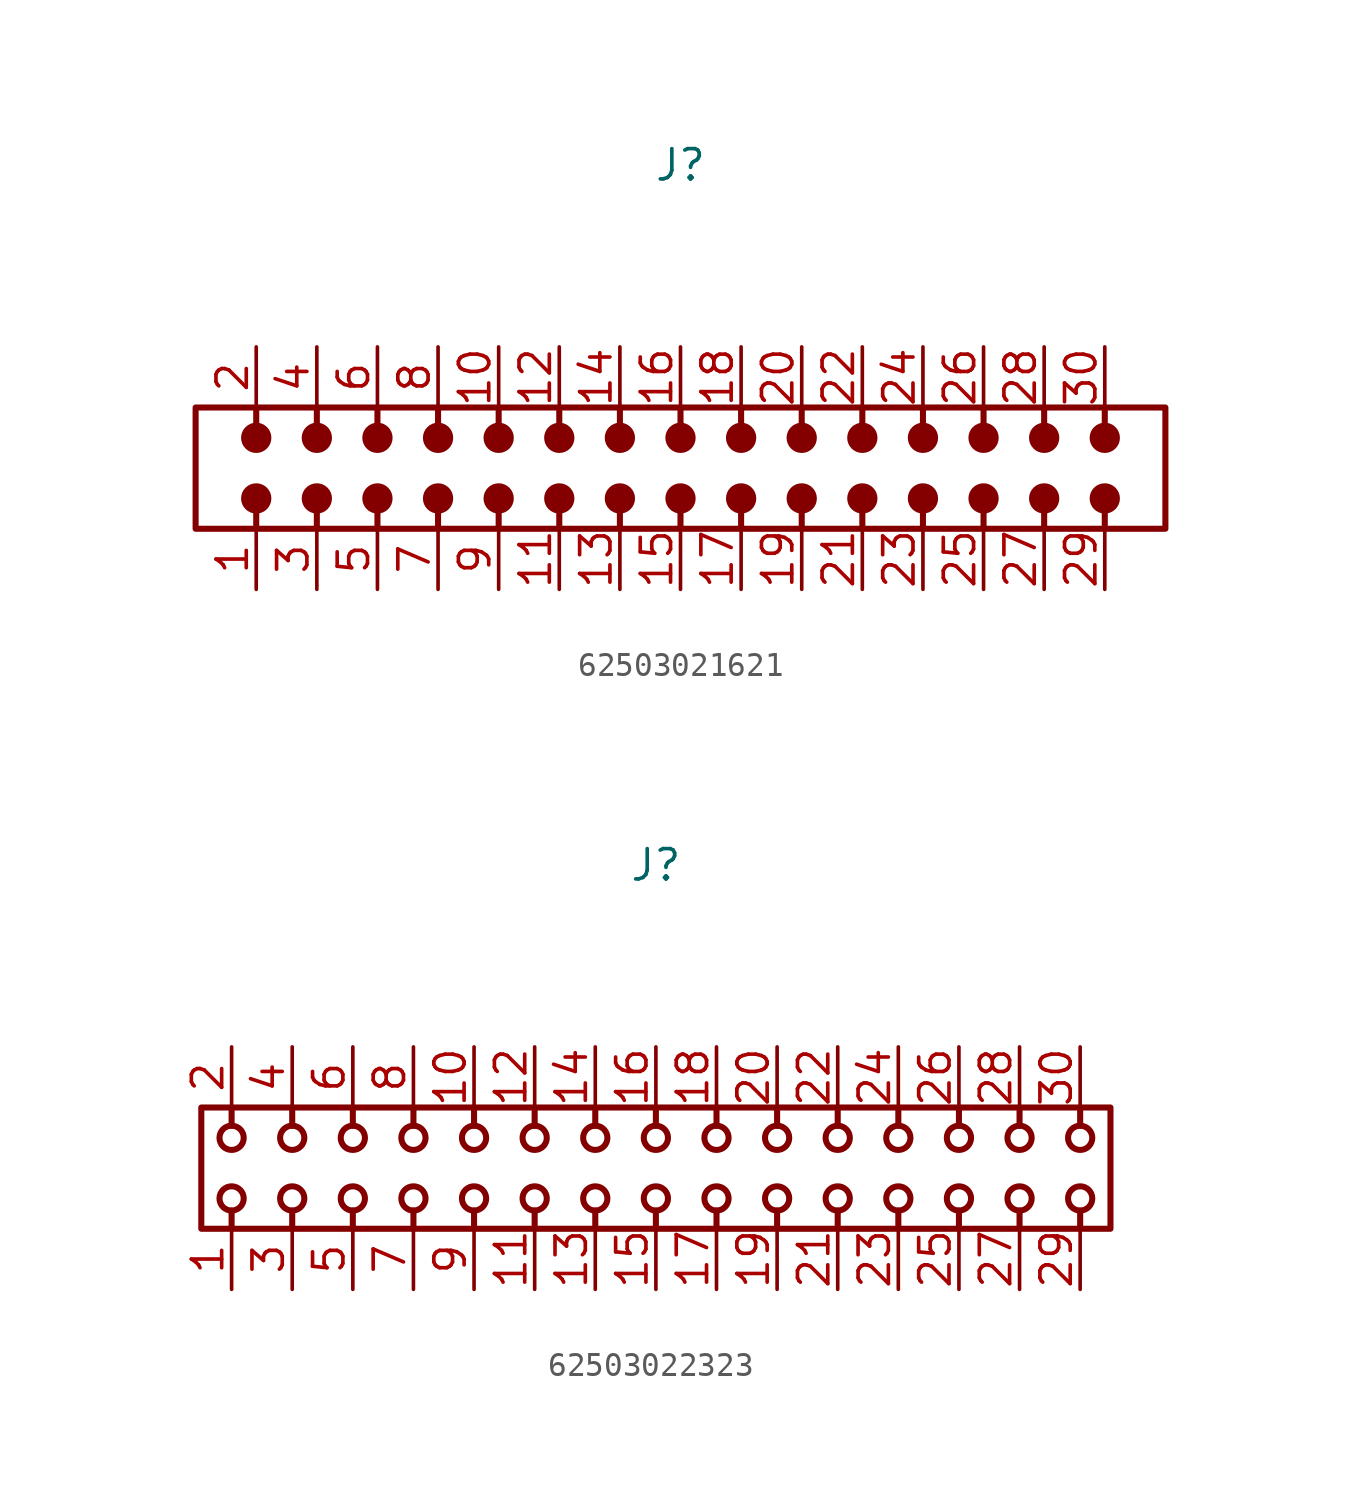
<source format=kicad_sym>
(kicad_symbol_lib
  (version 20241209)
  (generator "kicad_symbol_editor")
  (generator_version "9.0")
  (symbol "62503021621"
    (pin_names
      (hide yes))
    (property "Reference" "J"
      (at 0 12.7 0)
      (effects (font (size 1.27 1.27))))
    (symbol "62503021621_1_1"
      (rectangle (start -20.32 2.54) (end 20.32 -2.54) (stroke (width 0.254) (type solid)) (fill (type none)))
      (polyline (pts (xy -17.78 1.778) (xy -17.78 2.54)) (stroke (width 0.254) (type solid)) (fill (type none)))
      (circle (center -17.78 1.27) (radius 0.508) (stroke (width 0.254) (type solid)) (fill (type outline)))
      (circle (center -17.78 -1.27) (radius 0.508) (stroke (width 0.254) (type solid)) (fill (type outline)))
      (polyline (pts (xy -17.78 -1.778) (xy -17.78 -2.54)) (stroke (width 0.254) (type solid)) (fill (type none)))
      (polyline (pts (xy -15.24 1.778) (xy -15.24 2.54)) (stroke (width 0.254) (type solid)) (fill (type none)))
      (circle (center -15.24 1.27) (radius 0.508) (stroke (width 0.254) (type solid)) (fill (type outline)))
      (circle (center -15.24 -1.27) (radius 0.508) (stroke (width 0.254) (type solid)) (fill (type outline)))
      (polyline (pts (xy -15.24 -1.778) (xy -15.24 -2.54)) (stroke (width 0.254) (type solid)) (fill (type none)))
      (polyline (pts (xy -12.7 1.778) (xy -12.7 2.54)) (stroke (width 0.254) (type solid)) (fill (type none)))
      (circle (center -12.7 1.27) (radius 0.508) (stroke (width 0.254) (type solid)) (fill (type outline)))
      (circle (center -12.7 -1.27) (radius 0.508) (stroke (width 0.254) (type solid)) (fill (type outline)))
      (polyline (pts (xy -12.7 -1.778) (xy -12.7 -2.54)) (stroke (width 0.254) (type solid)) (fill (type none)))
      (polyline (pts (xy -10.16 1.778) (xy -10.16 2.54)) (stroke (width 0.254) (type solid)) (fill (type none)))
      (circle (center -10.16 1.27) (radius 0.508) (stroke (width 0.254) (type solid)) (fill (type outline)))
      (circle (center -10.16 -1.27) (radius 0.508) (stroke (width 0.254) (type solid)) (fill (type outline)))
      (polyline (pts (xy -10.16 -1.778) (xy -10.16 -2.54)) (stroke (width 0.254) (type solid)) (fill (type none)))
      (polyline (pts (xy -7.62 1.778) (xy -7.62 2.54)) (stroke (width 0.254) (type solid)) (fill (type none)))
      (circle (center -7.62 1.27) (radius 0.508) (stroke (width 0.254) (type solid)) (fill (type outline)))
      (circle (center -7.62 -1.27) (radius 0.508) (stroke (width 0.254) (type solid)) (fill (type outline)))
      (polyline (pts (xy -7.62 -1.778) (xy -7.62 -2.54)) (stroke (width 0.254) (type solid)) (fill (type none)))
      (polyline (pts (xy -5.08 1.778) (xy -5.08 2.54)) (stroke (width 0.254) (type solid)) (fill (type none)))
      (circle (center -5.08 1.27) (radius 0.508) (stroke (width 0.254) (type solid)) (fill (type outline)))
      (circle (center -5.08 -1.27) (radius 0.508) (stroke (width 0.254) (type solid)) (fill (type outline)))
      (polyline (pts (xy -5.08 -1.778) (xy -5.08 -2.54)) (stroke (width 0.254) (type solid)) (fill (type none)))
      (polyline (pts (xy -2.54 1.778) (xy -2.54 2.54)) (stroke (width 0.254) (type solid)) (fill (type none)))
      (circle (center -2.54 1.27) (radius 0.508) (stroke (width 0.254) (type solid)) (fill (type outline)))
      (circle (center -2.54 -1.27) (radius 0.508) (stroke (width 0.254) (type solid)) (fill (type outline)))
      (polyline (pts (xy -2.54 -1.778) (xy -2.54 -2.54)) (stroke (width 0.254) (type solid)) (fill (type none)))
      (polyline (pts (xy 0 1.778) (xy 0 2.54)) (stroke (width 0.254) (type solid)) (fill (type none)))
      (circle (center 0 1.27) (radius 0.508) (stroke (width 0.254) (type solid)) (fill (type outline)))
      (circle (center 0 -1.27) (radius 0.508) (stroke (width 0.254) (type solid)) (fill (type outline)))
      (polyline (pts (xy 0 -1.778) (xy 0 -2.54)) (stroke (width 0.254) (type solid)) (fill (type none)))
      (polyline (pts (xy 2.54 1.778) (xy 2.54 2.54)) (stroke (width 0.254) (type solid)) (fill (type none)))
      (circle (center 2.54 1.27) (radius 0.508) (stroke (width 0.254) (type solid)) (fill (type outline)))
      (circle (center 2.54 -1.27) (radius 0.508) (stroke (width 0.254) (type solid)) (fill (type outline)))
      (polyline (pts (xy 2.54 -1.778) (xy 2.54 -2.54)) (stroke (width 0.254) (type solid)) (fill (type none)))
      (polyline (pts (xy 5.08 1.778) (xy 5.08 2.54)) (stroke (width 0.254) (type solid)) (fill (type none)))
      (circle (center 5.08 1.27) (radius 0.508) (stroke (width 0.254) (type solid)) (fill (type outline)))
      (circle (center 5.08 -1.27) (radius 0.508) (stroke (width 0.254) (type solid)) (fill (type outline)))
      (polyline (pts (xy 5.08 -1.778) (xy 5.08 -2.54)) (stroke (width 0.254) (type solid)) (fill (type none)))
      (polyline (pts (xy 7.62 1.778) (xy 7.62 2.54)) (stroke (width 0.254) (type solid)) (fill (type none)))
      (circle (center 7.62 1.27) (radius 0.508) (stroke (width 0.254) (type solid)) (fill (type outline)))
      (circle (center 7.62 -1.27) (radius 0.508) (stroke (width 0.254) (type solid)) (fill (type outline)))
      (polyline (pts (xy 7.62 -1.778) (xy 7.62 -2.54)) (stroke (width 0.254) (type solid)) (fill (type none)))
      (polyline (pts (xy 10.16 1.778) (xy 10.16 2.54)) (stroke (width 0.254) (type solid)) (fill (type none)))
      (circle (center 10.16 1.27) (radius 0.508) (stroke (width 0.254) (type solid)) (fill (type outline)))
      (circle (center 10.16 -1.27) (radius 0.508) (stroke (width 0.254) (type solid)) (fill (type outline)))
      (polyline (pts (xy 10.16 -1.778) (xy 10.16 -2.54)) (stroke (width 0.254) (type solid)) (fill (type none)))
      (polyline (pts (xy 12.7 1.778) (xy 12.7 2.54)) (stroke (width 0.254) (type solid)) (fill (type none)))
      (circle (center 12.7 1.27) (radius 0.508) (stroke (width 0.254) (type solid)) (fill (type outline)))
      (circle (center 12.7 -1.27) (radius 0.508) (stroke (width 0.254) (type solid)) (fill (type outline)))
      (polyline (pts (xy 12.7 -1.778) (xy 12.7 -2.54)) (stroke (width 0.254) (type solid)) (fill (type none)))
      (polyline (pts (xy 15.24 1.778) (xy 15.24 2.54)) (stroke (width 0.254) (type solid)) (fill (type none)))
      (circle (center 15.24 1.27) (radius 0.508) (stroke (width 0.254) (type solid)) (fill (type outline)))
      (circle (center 15.24 -1.27) (radius 0.508) (stroke (width 0.254) (type solid)) (fill (type outline)))
      (polyline (pts (xy 15.24 -1.778) (xy 15.24 -2.54)) (stroke (width 0.254) (type solid)) (fill (type none)))
      (polyline (pts (xy 17.78 1.778) (xy 17.78 2.54)) (stroke (width 0.254) (type solid)) (fill (type none)))
      (circle (center 17.78 1.27) (radius 0.508) (stroke (width 0.254) (type solid)) (fill (type outline)))
      (circle (center 17.78 -1.27) (radius 0.508) (stroke (width 0.254) (type solid)) (fill (type outline)))
      (polyline (pts (xy 17.78 -1.778) (xy 17.78 -2.54)) (stroke (width 0.254) (type solid)) (fill (type none)))
      (pin passive line (at -17.78 5.08 270) (length 2.54) (name "2" (effects (font (size 1.27 1.27)))) (number "2" (effects (font (size 1.27 1.27)))))
      (pin passive line (at -17.78 -5.08 90) (length 2.54) (name "1" (effects (font (size 1.27 1.27)))) (number "1" (effects (font (size 1.27 1.27)))))
      (pin passive line (at -15.24 5.08 270) (length 2.54) (name "4" (effects (font (size 1.27 1.27)))) (number "4" (effects (font (size 1.27 1.27)))))
      (pin passive line (at -15.24 -5.08 90) (length 2.54) (name "3" (effects (font (size 1.27 1.27)))) (number "3" (effects (font (size 1.27 1.27)))))
      (pin passive line (at -12.7 5.08 270) (length 2.54) (name "6" (effects (font (size 1.27 1.27)))) (number "6" (effects (font (size 1.27 1.27)))))
      (pin passive line (at -12.7 -5.08 90) (length 2.54) (name "5" (effects (font (size 1.27 1.27)))) (number "5" (effects (font (size 1.27 1.27)))))
      (pin passive line (at -10.16 5.08 270) (length 2.54) (name "8" (effects (font (size 1.27 1.27)))) (number "8" (effects (font (size 1.27 1.27)))))
      (pin passive line (at -10.16 -5.08 90) (length 2.54) (name "7" (effects (font (size 1.27 1.27)))) (number "7" (effects (font (size 1.27 1.27)))))
      (pin passive line (at -7.62 5.08 270) (length 2.54) (name "10" (effects (font (size 1.27 1.27)))) (number "10" (effects (font (size 1.27 1.27)))))
      (pin passive line (at -7.62 -5.08 90) (length 2.54) (name "9" (effects (font (size 1.27 1.27)))) (number "9" (effects (font (size 1.27 1.27)))))
      (pin passive line (at -5.08 5.08 270) (length 2.54) (name "12" (effects (font (size 1.27 1.27)))) (number "12" (effects (font (size 1.27 1.27)))))
      (pin passive line (at -5.08 -5.08 90) (length 2.54) (name "11" (effects (font (size 1.27 1.27)))) (number "11" (effects (font (size 1.27 1.27)))))
      (pin passive line (at -2.54 5.08 270) (length 2.54) (name "14" (effects (font (size 1.27 1.27)))) (number "14" (effects (font (size 1.27 1.27)))))
      (pin passive line (at -2.54 -5.08 90) (length 2.54) (name "13" (effects (font (size 1.27 1.27)))) (number "13" (effects (font (size 1.27 1.27)))))
      (pin passive line (at 0 5.08 270) (length 2.54) (name "16" (effects (font (size 1.27 1.27)))) (number "16" (effects (font (size 1.27 1.27)))))
      (pin passive line (at 0 -5.08 90) (length 2.54) (name "15" (effects (font (size 1.27 1.27)))) (number "15" (effects (font (size 1.27 1.27)))))
      (pin passive line (at 2.54 5.08 270) (length 2.54) (name "18" (effects (font (size 1.27 1.27)))) (number "18" (effects (font (size 1.27 1.27)))))
      (pin passive line (at 2.54 -5.08 90) (length 2.54) (name "17" (effects (font (size 1.27 1.27)))) (number "17" (effects (font (size 1.27 1.27)))))
      (pin passive line (at 5.08 5.08 270) (length 2.54) (name "20" (effects (font (size 1.27 1.27)))) (number "20" (effects (font (size 1.27 1.27)))))
      (pin passive line (at 5.08 -5.08 90) (length 2.54) (name "19" (effects (font (size 1.27 1.27)))) (number "19" (effects (font (size 1.27 1.27)))))
      (pin passive line (at 7.62 5.08 270) (length 2.54) (name "22" (effects (font (size 1.27 1.27)))) (number "22" (effects (font (size 1.27 1.27)))))
      (pin passive line (at 7.62 -5.08 90) (length 2.54) (name "21" (effects (font (size 1.27 1.27)))) (number "21" (effects (font (size 1.27 1.27)))))
      (pin passive line (at 10.16 5.08 270) (length 2.54) (name "24" (effects (font (size 1.27 1.27)))) (number "24" (effects (font (size 1.27 1.27)))))
      (pin passive line (at 10.16 -5.08 90) (length 2.54) (name "23" (effects (font (size 1.27 1.27)))) (number "23" (effects (font (size 1.27 1.27)))))
      (pin passive line (at 12.7 5.08 270) (length 2.54) (name "26" (effects (font (size 1.27 1.27)))) (number "26" (effects (font (size 1.27 1.27)))))
      (pin passive line (at 12.7 -5.08 90) (length 2.54) (name "25" (effects (font (size 1.27 1.27)))) (number "25" (effects (font (size 1.27 1.27)))))
      (pin passive line (at 15.24 5.08 270) (length 2.54) (name "28" (effects (font (size 1.27 1.27)))) (number "28" (effects (font (size 1.27 1.27)))))
      (pin passive line (at 15.24 -5.08 90) (length 2.54) (name "27" (effects (font (size 1.27 1.27)))) (number "27" (effects (font (size 1.27 1.27)))))
      (pin passive line (at 17.78 5.08 270) (length 2.54) (name "30" (effects (font (size 1.27 1.27)))) (number "30" (effects (font (size 1.27 1.27)))))
      (pin passive line (at 17.78 -5.08 90) (length 2.54) (name "29" (effects (font (size 1.27 1.27)))) (number "29" (effects (font (size 1.27 1.27)))))))
  (symbol "62503022323"
    (pin_names
      (hide yes))
    (property "Reference" "J"
      (at 0 12.7 0)
      (effects (font (size 1.27 1.27))))
    (symbol "62503022323_1_1"
      (rectangle (start -19.05 2.54) (end 19.05 -2.54) (stroke (width 0.254) (type solid)) (fill (type none)))
      (polyline (pts (xy -17.78 1.778) (xy -17.78 2.54)) (stroke (width 0.254) (type solid)) (fill (type none)))
      (circle (center -17.78 1.27) (radius 0.508) (stroke (width 0.254) (type solid)) (fill (type none)))
      (circle (center -17.78 -1.27) (radius 0.508) (stroke (width 0.254) (type solid)) (fill (type none)))
      (polyline (pts (xy -17.78 -1.778) (xy -17.78 -2.54)) (stroke (width 0.254) (type solid)) (fill (type none)))
      (polyline (pts (xy -15.24 1.778) (xy -15.24 2.54)) (stroke (width 0.254) (type solid)) (fill (type none)))
      (circle (center -15.24 1.27) (radius 0.508) (stroke (width 0.254) (type solid)) (fill (type none)))
      (circle (center -15.24 -1.27) (radius 0.508) (stroke (width 0.254) (type solid)) (fill (type none)))
      (polyline (pts (xy -15.24 -1.778) (xy -15.24 -2.54)) (stroke (width 0.254) (type solid)) (fill (type none)))
      (polyline (pts (xy -12.7 1.778) (xy -12.7 2.54)) (stroke (width 0.254) (type solid)) (fill (type none)))
      (circle (center -12.7 1.27) (radius 0.508) (stroke (width 0.254) (type solid)) (fill (type none)))
      (circle (center -12.7 -1.27) (radius 0.508) (stroke (width 0.254) (type solid)) (fill (type none)))
      (polyline (pts (xy -12.7 -1.778) (xy -12.7 -2.54)) (stroke (width 0.254) (type solid)) (fill (type none)))
      (polyline (pts (xy -10.16 1.778) (xy -10.16 2.54)) (stroke (width 0.254) (type solid)) (fill (type none)))
      (circle (center -10.16 1.27) (radius 0.508) (stroke (width 0.254) (type solid)) (fill (type none)))
      (circle (center -10.16 -1.27) (radius 0.508) (stroke (width 0.254) (type solid)) (fill (type none)))
      (polyline (pts (xy -10.16 -1.778) (xy -10.16 -2.54)) (stroke (width 0.254) (type solid)) (fill (type none)))
      (polyline (pts (xy -7.62 1.778) (xy -7.62 2.54)) (stroke (width 0.254) (type solid)) (fill (type none)))
      (circle (center -7.62 1.27) (radius 0.508) (stroke (width 0.254) (type solid)) (fill (type none)))
      (circle (center -7.62 -1.27) (radius 0.508) (stroke (width 0.254) (type solid)) (fill (type none)))
      (polyline (pts (xy -7.62 -1.778) (xy -7.62 -2.54)) (stroke (width 0.254) (type solid)) (fill (type none)))
      (polyline (pts (xy -5.08 1.778) (xy -5.08 2.54)) (stroke (width 0.254) (type solid)) (fill (type none)))
      (circle (center -5.08 1.27) (radius 0.508) (stroke (width 0.254) (type solid)) (fill (type none)))
      (circle (center -5.08 -1.27) (radius 0.508) (stroke (width 0.254) (type solid)) (fill (type none)))
      (polyline (pts (xy -5.08 -1.778) (xy -5.08 -2.54)) (stroke (width 0.254) (type solid)) (fill (type none)))
      (polyline (pts (xy -2.54 1.778) (xy -2.54 2.54)) (stroke (width 0.254) (type solid)) (fill (type none)))
      (circle (center -2.54 1.27) (radius 0.508) (stroke (width 0.254) (type solid)) (fill (type none)))
      (circle (center -2.54 -1.27) (radius 0.508) (stroke (width 0.254) (type solid)) (fill (type none)))
      (polyline (pts (xy -2.54 -1.778) (xy -2.54 -2.54)) (stroke (width 0.254) (type solid)) (fill (type none)))
      (polyline (pts (xy 0 1.778) (xy 0 2.54)) (stroke (width 0.254) (type solid)) (fill (type none)))
      (circle (center 0 1.27) (radius 0.508) (stroke (width 0.254) (type solid)) (fill (type none)))
      (circle (center 0 -1.27) (radius 0.508) (stroke (width 0.254) (type solid)) (fill (type none)))
      (polyline (pts (xy 0 -1.778) (xy 0 -2.54)) (stroke (width 0.254) (type solid)) (fill (type none)))
      (polyline (pts (xy 2.54 1.778) (xy 2.54 2.54)) (stroke (width 0.254) (type solid)) (fill (type none)))
      (circle (center 2.54 1.27) (radius 0.508) (stroke (width 0.254) (type solid)) (fill (type none)))
      (circle (center 2.54 -1.27) (radius 0.508) (stroke (width 0.254) (type solid)) (fill (type none)))
      (polyline (pts (xy 2.54 -1.778) (xy 2.54 -2.54)) (stroke (width 0.254) (type solid)) (fill (type none)))
      (polyline (pts (xy 5.08 1.778) (xy 5.08 2.54)) (stroke (width 0.254) (type solid)) (fill (type none)))
      (circle (center 5.08 1.27) (radius 0.508) (stroke (width 0.254) (type solid)) (fill (type none)))
      (circle (center 5.08 -1.27) (radius 0.508) (stroke (width 0.254) (type solid)) (fill (type none)))
      (polyline (pts (xy 5.08 -1.778) (xy 5.08 -2.54)) (stroke (width 0.254) (type solid)) (fill (type none)))
      (polyline (pts (xy 7.62 1.778) (xy 7.62 2.54)) (stroke (width 0.254) (type solid)) (fill (type none)))
      (circle (center 7.62 1.27) (radius 0.508) (stroke (width 0.254) (type solid)) (fill (type none)))
      (circle (center 7.62 -1.27) (radius 0.508) (stroke (width 0.254) (type solid)) (fill (type none)))
      (polyline (pts (xy 7.62 -1.778) (xy 7.62 -2.54)) (stroke (width 0.254) (type solid)) (fill (type none)))
      (polyline (pts (xy 10.16 1.778) (xy 10.16 2.54)) (stroke (width 0.254) (type solid)) (fill (type none)))
      (circle (center 10.16 1.27) (radius 0.508) (stroke (width 0.254) (type solid)) (fill (type none)))
      (circle (center 10.16 -1.27) (radius 0.508) (stroke (width 0.254) (type solid)) (fill (type none)))
      (polyline (pts (xy 10.16 -1.778) (xy 10.16 -2.54)) (stroke (width 0.254) (type solid)) (fill (type none)))
      (polyline (pts (xy 12.7 1.778) (xy 12.7 2.54)) (stroke (width 0.254) (type solid)) (fill (type none)))
      (circle (center 12.7 1.27) (radius 0.508) (stroke (width 0.254) (type solid)) (fill (type none)))
      (circle (center 12.7 -1.27) (radius 0.508) (stroke (width 0.254) (type solid)) (fill (type none)))
      (polyline (pts (xy 12.7 -1.778) (xy 12.7 -2.54)) (stroke (width 0.254) (type solid)) (fill (type none)))
      (polyline (pts (xy 15.24 1.778) (xy 15.24 2.54)) (stroke (width 0.254) (type solid)) (fill (type none)))
      (circle (center 15.24 1.27) (radius 0.508) (stroke (width 0.254) (type solid)) (fill (type none)))
      (circle (center 15.24 -1.27) (radius 0.508) (stroke (width 0.254) (type solid)) (fill (type none)))
      (polyline (pts (xy 15.24 -1.778) (xy 15.24 -2.54)) (stroke (width 0.254) (type solid)) (fill (type none)))
      (polyline (pts (xy 17.78 1.778) (xy 17.78 2.54)) (stroke (width 0.254) (type solid)) (fill (type none)))
      (circle (center 17.78 1.27) (radius 0.508) (stroke (width 0.254) (type solid)) (fill (type none)))
      (circle (center 17.78 -1.27) (radius 0.508) (stroke (width 0.254) (type solid)) (fill (type none)))
      (polyline (pts (xy 17.78 -1.778) (xy 17.78 -2.54)) (stroke (width 0.254) (type solid)) (fill (type none)))
      (pin passive line (at -17.78 5.08 270) (length 2.54) (name "2" (effects (font (size 1.27 1.27)))) (number "2" (effects (font (size 1.27 1.27)))))
      (pin passive line (at -17.78 -5.08 90) (length 2.54) (name "1" (effects (font (size 1.27 1.27)))) (number "1" (effects (font (size 1.27 1.27)))))
      (pin passive line (at -15.24 5.08 270) (length 2.54) (name "4" (effects (font (size 1.27 1.27)))) (number "4" (effects (font (size 1.27 1.27)))))
      (pin passive line (at -15.24 -5.08 90) (length 2.54) (name "3" (effects (font (size 1.27 1.27)))) (number "3" (effects (font (size 1.27 1.27)))))
      (pin passive line (at -12.7 5.08 270) (length 2.54) (name "6" (effects (font (size 1.27 1.27)))) (number "6" (effects (font (size 1.27 1.27)))))
      (pin passive line (at -12.7 -5.08 90) (length 2.54) (name "5" (effects (font (size 1.27 1.27)))) (number "5" (effects (font (size 1.27 1.27)))))
      (pin passive line (at -10.16 5.08 270) (length 2.54) (name "8" (effects (font (size 1.27 1.27)))) (number "8" (effects (font (size 1.27 1.27)))))
      (pin passive line (at -10.16 -5.08 90) (length 2.54) (name "7" (effects (font (size 1.27 1.27)))) (number "7" (effects (font (size 1.27 1.27)))))
      (pin passive line (at -7.62 5.08 270) (length 2.54) (name "10" (effects (font (size 1.27 1.27)))) (number "10" (effects (font (size 1.27 1.27)))))
      (pin passive line (at -7.62 -5.08 90) (length 2.54) (name "9" (effects (font (size 1.27 1.27)))) (number "9" (effects (font (size 1.27 1.27)))))
      (pin passive line (at -5.08 5.08 270) (length 2.54) (name "12" (effects (font (size 1.27 1.27)))) (number "12" (effects (font (size 1.27 1.27)))))
      (pin passive line (at -5.08 -5.08 90) (length 2.54) (name "11" (effects (font (size 1.27 1.27)))) (number "11" (effects (font (size 1.27 1.27)))))
      (pin passive line (at -2.54 5.08 270) (length 2.54) (name "14" (effects (font (size 1.27 1.27)))) (number "14" (effects (font (size 1.27 1.27)))))
      (pin passive line (at -2.54 -5.08 90) (length 2.54) (name "13" (effects (font (size 1.27 1.27)))) (number "13" (effects (font (size 1.27 1.27)))))
      (pin passive line (at 0 5.08 270) (length 2.54) (name "16" (effects (font (size 1.27 1.27)))) (number "16" (effects (font (size 1.27 1.27)))))
      (pin passive line (at 0 -5.08 90) (length 2.54) (name "15" (effects (font (size 1.27 1.27)))) (number "15" (effects (font (size 1.27 1.27)))))
      (pin passive line (at 2.54 5.08 270) (length 2.54) (name "18" (effects (font (size 1.27 1.27)))) (number "18" (effects (font (size 1.27 1.27)))))
      (pin passive line (at 2.54 -5.08 90) (length 2.54) (name "17" (effects (font (size 1.27 1.27)))) (number "17" (effects (font (size 1.27 1.27)))))
      (pin passive line (at 5.08 5.08 270) (length 2.54) (name "20" (effects (font (size 1.27 1.27)))) (number "20" (effects (font (size 1.27 1.27)))))
      (pin passive line (at 5.08 -5.08 90) (length 2.54) (name "19" (effects (font (size 1.27 1.27)))) (number "19" (effects (font (size 1.27 1.27)))))
      (pin passive line (at 7.62 5.08 270) (length 2.54) (name "22" (effects (font (size 1.27 1.27)))) (number "22" (effects (font (size 1.27 1.27)))))
      (pin passive line (at 7.62 -5.08 90) (length 2.54) (name "21" (effects (font (size 1.27 1.27)))) (number "21" (effects (font (size 1.27 1.27)))))
      (pin passive line (at 10.16 5.08 270) (length 2.54) (name "24" (effects (font (size 1.27 1.27)))) (number "24" (effects (font (size 1.27 1.27)))))
      (pin passive line (at 10.16 -5.08 90) (length 2.54) (name "23" (effects (font (size 1.27 1.27)))) (number "23" (effects (font (size 1.27 1.27)))))
      (pin passive line (at 12.7 5.08 270) (length 2.54) (name "26" (effects (font (size 1.27 1.27)))) (number "26" (effects (font (size 1.27 1.27)))))
      (pin passive line (at 12.7 -5.08 90) (length 2.54) (name "25" (effects (font (size 1.27 1.27)))) (number "25" (effects (font (size 1.27 1.27)))))
      (pin passive line (at 15.24 5.08 270) (length 2.54) (name "28" (effects (font (size 1.27 1.27)))) (number "28" (effects (font (size 1.27 1.27)))))
      (pin passive line (at 15.24 -5.08 90) (length 2.54) (name "27" (effects (font (size 1.27 1.27)))) (number "27" (effects (font (size 1.27 1.27)))))
      (pin passive line (at 17.78 5.08 270) (length 2.54) (name "30" (effects (font (size 1.27 1.27)))) (number "30" (effects (font (size 1.27 1.27)))))
      (pin passive line (at 17.78 -5.08 90) (length 2.54) (name "29" (effects (font (size 1.27 1.27)))) (number "29" (effects (font (size 1.27 1.27))))))))
</source>
